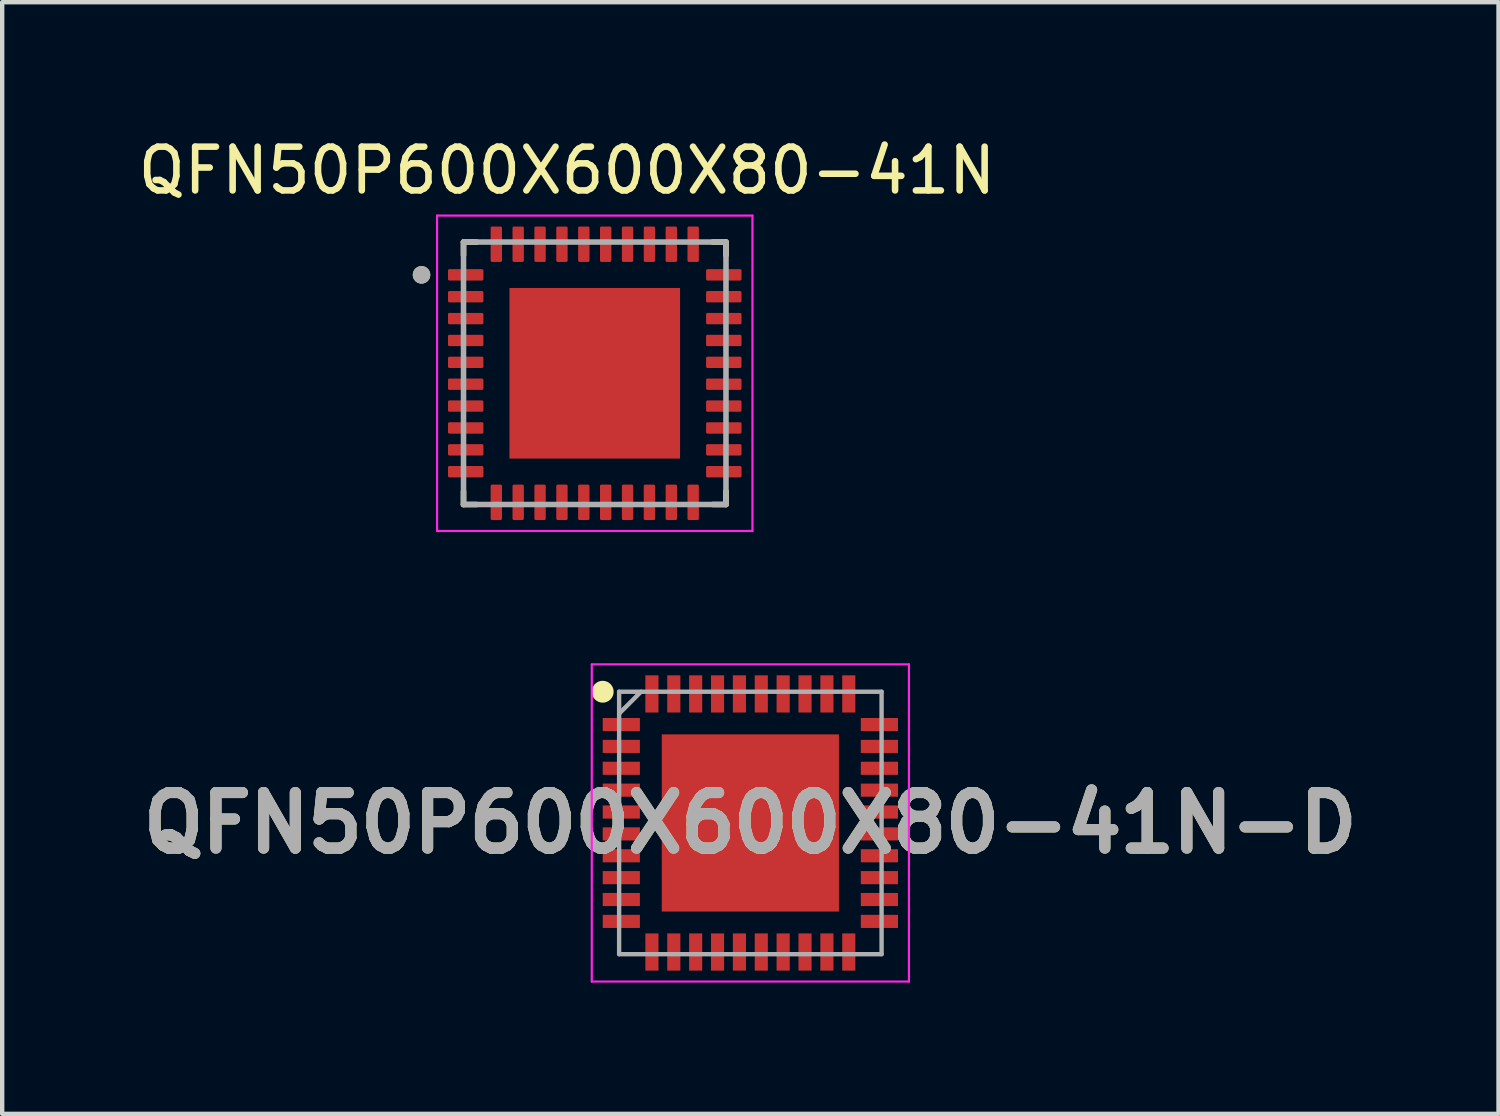
<source format=kicad_pcb>
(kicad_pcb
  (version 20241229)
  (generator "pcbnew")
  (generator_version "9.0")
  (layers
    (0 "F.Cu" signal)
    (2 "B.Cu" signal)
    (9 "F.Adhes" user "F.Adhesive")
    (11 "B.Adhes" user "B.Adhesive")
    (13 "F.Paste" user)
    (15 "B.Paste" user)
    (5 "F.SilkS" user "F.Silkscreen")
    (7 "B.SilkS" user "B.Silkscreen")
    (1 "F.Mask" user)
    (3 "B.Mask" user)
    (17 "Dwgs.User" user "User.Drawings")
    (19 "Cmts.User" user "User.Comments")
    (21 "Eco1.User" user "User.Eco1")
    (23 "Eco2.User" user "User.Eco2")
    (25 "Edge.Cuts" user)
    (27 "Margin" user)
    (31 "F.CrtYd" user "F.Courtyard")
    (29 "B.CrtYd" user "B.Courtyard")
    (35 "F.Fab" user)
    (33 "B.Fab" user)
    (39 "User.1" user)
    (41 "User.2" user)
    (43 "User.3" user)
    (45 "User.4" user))
  (footprint "QFN50P600X600X80-41N-D"
    (layer "F.Cu")
    (at 14.103 15.763)
    (property "Reference" "QFN50P600X600X80-41N-D" (at 0 0 0) (layer "F.SilkS") (effects (font (size 1.27 1.27) (thickness 0.254))))
    (attr smd)
    (fp_circle (center -3.375 -3) (end -3.375 -2.875) (stroke (width 0.25) (type solid)) (fill no) (layer "F.SilkS"))
    (fp_line (start -3.625 -3.625) (end 3.625 -3.625) (stroke (width 0.05) (type solid)) (layer "F.CrtYd"))
    (fp_line (start -3.625 3.625) (end -3.625 -3.625) (stroke (width 0.05) (type solid)) (layer "F.CrtYd"))
    (fp_line (start 3.625 -3.625) (end 3.625 3.625) (stroke (width 0.05) (type solid)) (layer "F.CrtYd"))
    (fp_line (start 3.625 3.625) (end -3.625 3.625) (stroke (width 0.05) (type solid)) (layer "F.CrtYd"))
    (fp_line (start -3 -3) (end 3 -3) (stroke (width 0.1) (type solid)) (layer "F.Fab"))
    (fp_line (start -3 -2.5) (end -2.5 -3) (stroke (width 0.1) (type solid)) (layer "F.Fab"))
    (fp_line (start -3 3) (end -3 -3) (stroke (width 0.1) (type solid)) (layer "F.Fab"))
    (fp_line (start 3 -3) (end 3 3) (stroke (width 0.1) (type solid)) (layer "F.Fab"))
    (fp_line (start 3 3) (end -3 3) (stroke (width 0.1) (type solid)) (layer "F.Fab"))
    (fp_text user "${REFERENCE}" (at 0 0 0) (layer "F.Fab") (effects (font (size 1.27 1.27) (thickness 0.254))))
    (pad "1" smd rect (at -2.95 -2.25 90) (size 0.3 0.85) (layers "F.Cu" "F.Mask" "F.Paste"))
    (pad "2" smd rect (at -2.95 -1.75 90) (size 0.3 0.85) (layers "F.Cu" "F.Mask" "F.Paste"))
    (pad "3" smd rect (at -2.95 -1.25 90) (size 0.3 0.85) (layers "F.Cu" "F.Mask" "F.Paste"))
    (pad "4" smd rect (at -2.95 -0.75 90) (size 0.3 0.85) (layers "F.Cu" "F.Mask" "F.Paste"))
    (pad "5" smd rect (at -2.95 -0.25 90) (size 0.3 0.85) (layers "F.Cu" "F.Mask" "F.Paste"))
    (pad "6" smd rect (at -2.95 0.25 90) (size 0.3 0.85) (layers "F.Cu" "F.Mask" "F.Paste"))
    (pad "7" smd rect (at -2.95 0.75 90) (size 0.3 0.85) (layers "F.Cu" "F.Mask" "F.Paste"))
    (pad "8" smd rect (at -2.95 1.25 90) (size 0.3 0.85) (layers "F.Cu" "F.Mask" "F.Paste"))
    (pad "9" smd rect (at -2.95 1.75 90) (size 0.3 0.85) (layers "F.Cu" "F.Mask" "F.Paste"))
    (pad "10" smd rect (at -2.95 2.25 90) (size 0.3 0.85) (layers "F.Cu" "F.Mask" "F.Paste"))
    (pad "11" smd rect (at -2.25 2.95) (size 0.3 0.85) (layers "F.Cu" "F.Mask" "F.Paste"))
    (pad "12" smd rect (at -1.75 2.95) (size 0.3 0.85) (layers "F.Cu" "F.Mask" "F.Paste"))
    (pad "13" smd rect (at -1.25 2.95) (size 0.3 0.85) (layers "F.Cu" "F.Mask" "F.Paste"))
    (pad "14" smd rect (at -0.75 2.95) (size 0.3 0.85) (layers "F.Cu" "F.Mask" "F.Paste"))
    (pad "15" smd rect (at -0.25 2.95) (size 0.3 0.85) (layers "F.Cu" "F.Mask" "F.Paste"))
    (pad "16" smd rect (at 0.25 2.95) (size 0.3 0.85) (layers "F.Cu" "F.Mask" "F.Paste"))
    (pad "17" smd rect (at 0.75 2.95) (size 0.3 0.85) (layers "F.Cu" "F.Mask" "F.Paste"))
    (pad "18" smd rect (at 1.25 2.95) (size 0.3 0.85) (layers "F.Cu" "F.Mask" "F.Paste"))
    (pad "19" smd rect (at 1.75 2.95) (size 0.3 0.85) (layers "F.Cu" "F.Mask" "F.Paste"))
    (pad "20" smd rect (at 2.25 2.95) (size 0.3 0.85) (layers "F.Cu" "F.Mask" "F.Paste"))
    (pad "21" smd rect (at 2.95 2.25 90) (size 0.3 0.85) (layers "F.Cu" "F.Mask" "F.Paste"))
    (pad "22" smd rect (at 2.95 1.75 90) (size 0.3 0.85) (layers "F.Cu" "F.Mask" "F.Paste"))
    (pad "23" smd rect (at 2.95 1.25 90) (size 0.3 0.85) (layers "F.Cu" "F.Mask" "F.Paste"))
    (pad "24" smd rect (at 2.95 0.75 90) (size 0.3 0.85) (layers "F.Cu" "F.Mask" "F.Paste"))
    (pad "25" smd rect (at 2.95 0.25 90) (size 0.3 0.85) (layers "F.Cu" "F.Mask" "F.Paste"))
    (pad "26" smd rect (at 2.95 -0.25 90) (size 0.3 0.85) (layers "F.Cu" "F.Mask" "F.Paste"))
    (pad "27" smd rect (at 2.95 -0.75 90) (size 0.3 0.85) (layers "F.Cu" "F.Mask" "F.Paste"))
    (pad "28" smd rect (at 2.95 -1.25 90) (size 0.3 0.85) (layers "F.Cu" "F.Mask" "F.Paste"))
    (pad "29" smd rect (at 2.95 -1.75 90) (size 0.3 0.85) (layers "F.Cu" "F.Mask" "F.Paste"))
    (pad "30" smd rect (at 2.95 -2.25 90) (size 0.3 0.85) (layers "F.Cu" "F.Mask" "F.Paste"))
    (pad "31" smd rect (at 2.25 -2.95) (size 0.3 0.85) (layers "F.Cu" "F.Mask" "F.Paste"))
    (pad "32" smd rect (at 1.75 -2.95) (size 0.3 0.85) (layers "F.Cu" "F.Mask" "F.Paste"))
    (pad "33" smd rect (at 1.25 -2.95) (size 0.3 0.85) (layers "F.Cu" "F.Mask" "F.Paste"))
    (pad "34" smd rect (at 0.75 -2.95) (size 0.3 0.85) (layers "F.Cu" "F.Mask" "F.Paste"))
    (pad "35" smd rect (at 0.25 -2.95) (size 0.3 0.85) (layers "F.Cu" "F.Mask" "F.Paste"))
    (pad "36" smd rect (at -0.25 -2.95) (size 0.3 0.85) (layers "F.Cu" "F.Mask" "F.Paste"))
    (pad "37" smd rect (at -0.75 -2.95) (size 0.3 0.85) (layers "F.Cu" "F.Mask" "F.Paste"))
    (pad "38" smd rect (at -1.25 -2.95) (size 0.3 0.85) (layers "F.Cu" "F.Mask" "F.Paste"))
    (pad "39" smd rect (at -1.75 -2.95) (size 0.3 0.85) (layers "F.Cu" "F.Mask" "F.Paste"))
    (pad "40" smd rect (at -2.25 -2.95) (size 0.3 0.85) (layers "F.Cu" "F.Mask" "F.Paste"))
    (pad "41" smd rect (at 0 0) (size 4.05 4.05) (layers "F.Cu" "F.Mask" "F.Paste")))
  (footprint "QFN50P600X600X80-41N"
    (layer "F.Cu")
    (at 10.546 5.483)
    (property "Reference" "QFN50P600X600X80-41N" (at -0.635 -4.635 0) (layer "F.SilkS") (effects (font (size 1 1) (thickness 0.15))))
    (attr smd)
    (fp_line (start -3 -3) (end -3 -2.7) (stroke (width 0.127) (type solid)) (layer "F.SilkS"))
    (fp_line (start -3 -3) (end -2.7 -3) (stroke (width 0.127) (type solid)) (layer "F.SilkS"))
    (fp_line (start -3 3) (end -3 2.7) (stroke (width 0.127) (type solid)) (layer "F.SilkS"))
    (fp_line (start -3 3) (end -2.7 3) (stroke (width 0.127) (type solid)) (layer "F.SilkS"))
    (fp_line (start 3 -3) (end 2.7 -3) (stroke (width 0.127) (type solid)) (layer "F.SilkS"))
    (fp_line (start 3 -3) (end 3 -2.7) (stroke (width 0.127) (type solid)) (layer "F.SilkS"))
    (fp_line (start 3 3) (end 2.7 3) (stroke (width 0.127) (type solid)) (layer "F.SilkS"))
    (fp_line (start 3 3) (end 3 2.7) (stroke (width 0.127) (type solid)) (layer "F.SilkS"))
    (fp_circle (center -3.96 -2.25) (end -3.86 -2.25) (stroke (width 0.2) (type solid)) (fill no) (layer "F.SilkS"))
    (fp_poly (pts (xy -1.23 -1.23) (xy 1.23 -1.23) (xy 1.23 1.23) (xy -1.23 1.23)) (stroke (width 0.01) (type solid)) (fill yes) (layer "F.Paste"))
    (fp_line (start -3.605 -3.605) (end 3.605 -3.605) (stroke (width 0.05) (type solid)) (layer "F.CrtYd"))
    (fp_line (start -3.605 3.605) (end -3.605 -3.605) (stroke (width 0.05) (type solid)) (layer "F.CrtYd"))
    (fp_line (start -3.605 3.605) (end 3.605 3.605) (stroke (width 0.05) (type solid)) (layer "F.CrtYd"))
    (fp_line (start 3.605 3.605) (end 3.605 -3.605) (stroke (width 0.05) (type solid)) (layer "F.CrtYd"))
    (fp_line (start -3 3) (end -3 -3) (stroke (width 0.127) (type solid)) (layer "F.Fab"))
    (fp_line (start 3 -3) (end -3 -3) (stroke (width 0.127) (type solid)) (layer "F.Fab"))
    (fp_line (start 3 3) (end -3 3) (stroke (width 0.127) (type solid)) (layer "F.Fab"))
    (fp_line (start 3 3) (end 3 -3) (stroke (width 0.127) (type solid)) (layer "F.Fab"))
    (fp_circle (center -3.96 -2.25) (end -3.86 -2.25) (stroke (width 0.2) (type solid)) (fill no) (layer "F.Fab"))
    (pad "1" smd roundrect (at -2.95 -2.25) (size 0.81 0.26) (layers "F.Cu" "F.Mask" "F.Paste") (roundrect_rratio 0.125))
    (pad "2" smd roundrect (at -2.95 -1.75) (size 0.81 0.26) (layers "F.Cu" "F.Mask" "F.Paste") (roundrect_rratio 0.125))
    (pad "3" smd roundrect (at -2.95 -1.25) (size 0.81 0.26) (layers "F.Cu" "F.Mask" "F.Paste") (roundrect_rratio 0.125))
    (pad "4" smd roundrect (at -2.95 -0.75) (size 0.81 0.26) (layers "F.Cu" "F.Mask" "F.Paste") (roundrect_rratio 0.125))
    (pad "5" smd roundrect (at -2.95 -0.25) (size 0.81 0.26) (layers "F.Cu" "F.Mask" "F.Paste") (roundrect_rratio 0.125))
    (pad "6" smd roundrect (at -2.95 0.25) (size 0.81 0.26) (layers "F.Cu" "F.Mask" "F.Paste") (roundrect_rratio 0.125))
    (pad "7" smd roundrect (at -2.95 0.75) (size 0.81 0.26) (layers "F.Cu" "F.Mask" "F.Paste") (roundrect_rratio 0.125))
    (pad "8" smd roundrect (at -2.95 1.25) (size 0.81 0.26) (layers "F.Cu" "F.Mask" "F.Paste") (roundrect_rratio 0.125))
    (pad "9" smd roundrect (at -2.95 1.75) (size 0.81 0.26) (layers "F.Cu" "F.Mask" "F.Paste") (roundrect_rratio 0.125))
    (pad "10" smd roundrect (at -2.95 2.25) (size 0.81 0.26) (layers "F.Cu" "F.Mask" "F.Paste") (roundrect_rratio 0.125))
    (pad "11" smd roundrect (at -2.25 2.95) (size 0.26 0.81) (layers "F.Cu" "F.Mask" "F.Paste") (roundrect_rratio 0.125))
    (pad "12" smd roundrect (at -1.75 2.95) (size 0.26 0.81) (layers "F.Cu" "F.Mask" "F.Paste") (roundrect_rratio 0.125))
    (pad "13" smd roundrect (at -1.25 2.95) (size 0.26 0.81) (layers "F.Cu" "F.Mask" "F.Paste") (roundrect_rratio 0.125))
    (pad "14" smd roundrect (at -0.75 2.95) (size 0.26 0.81) (layers "F.Cu" "F.Mask" "F.Paste") (roundrect_rratio 0.125))
    (pad "15" smd roundrect (at -0.25 2.95) (size 0.26 0.81) (layers "F.Cu" "F.Mask" "F.Paste") (roundrect_rratio 0.125))
    (pad "16" smd roundrect (at 0.25 2.95) (size 0.26 0.81) (layers "F.Cu" "F.Mask" "F.Paste") (roundrect_rratio 0.125))
    (pad "17" smd roundrect (at 0.75 2.95) (size 0.26 0.81) (layers "F.Cu" "F.Mask" "F.Paste") (roundrect_rratio 0.125))
    (pad "18" smd roundrect (at 1.25 2.95) (size 0.26 0.81) (layers "F.Cu" "F.Mask" "F.Paste") (roundrect_rratio 0.125))
    (pad "19" smd roundrect (at 1.75 2.95) (size 0.26 0.81) (layers "F.Cu" "F.Mask" "F.Paste") (roundrect_rratio 0.125))
    (pad "20" smd roundrect (at 2.25 2.95) (size 0.26 0.81) (layers "F.Cu" "F.Mask" "F.Paste") (roundrect_rratio 0.125))
    (pad "21" smd roundrect (at 2.95 2.25) (size 0.81 0.26) (layers "F.Cu" "F.Mask" "F.Paste") (roundrect_rratio 0.125))
    (pad "22" smd roundrect (at 2.95 1.75) (size 0.81 0.26) (layers "F.Cu" "F.Mask" "F.Paste") (roundrect_rratio 0.125))
    (pad "23" smd roundrect (at 2.95 1.25) (size 0.81 0.26) (layers "F.Cu" "F.Mask" "F.Paste") (roundrect_rratio 0.125))
    (pad "24" smd roundrect (at 2.95 0.75) (size 0.81 0.26) (layers "F.Cu" "F.Mask" "F.Paste") (roundrect_rratio 0.125))
    (pad "25" smd roundrect (at 2.95 0.25) (size 0.81 0.26) (layers "F.Cu" "F.Mask" "F.Paste") (roundrect_rratio 0.125))
    (pad "26" smd roundrect (at 2.95 -0.25) (size 0.81 0.26) (layers "F.Cu" "F.Mask" "F.Paste") (roundrect_rratio 0.125))
    (pad "27" smd roundrect (at 2.95 -0.75) (size 0.81 0.26) (layers "F.Cu" "F.Mask" "F.Paste") (roundrect_rratio 0.125))
    (pad "28" smd roundrect (at 2.95 -1.25) (size 0.81 0.26) (layers "F.Cu" "F.Mask" "F.Paste") (roundrect_rratio 0.125))
    (pad "29" smd roundrect (at 2.95 -1.75) (size 0.81 0.26) (layers "F.Cu" "F.Mask" "F.Paste") (roundrect_rratio 0.125))
    (pad "30" smd roundrect (at 2.95 -2.25) (size 0.81 0.26) (layers "F.Cu" "F.Mask" "F.Paste") (roundrect_rratio 0.125))
    (pad "31" smd roundrect (at 2.25 -2.95) (size 0.26 0.81) (layers "F.Cu" "F.Mask" "F.Paste") (roundrect_rratio 0.125))
    (pad "32" smd roundrect (at 1.75 -2.95) (size 0.26 0.81) (layers "F.Cu" "F.Mask" "F.Paste") (roundrect_rratio 0.125))
    (pad "33" smd roundrect (at 1.25 -2.95) (size 0.26 0.81) (layers "F.Cu" "F.Mask" "F.Paste") (roundrect_rratio 0.125))
    (pad "34" smd roundrect (at 0.75 -2.95) (size 0.26 0.81) (layers "F.Cu" "F.Mask" "F.Paste") (roundrect_rratio 0.125))
    (pad "35" smd roundrect (at 0.25 -2.95) (size 0.26 0.81) (layers "F.Cu" "F.Mask" "F.Paste") (roundrect_rratio 0.125))
    (pad "36" smd roundrect (at -0.25 -2.95) (size 0.26 0.81) (layers "F.Cu" "F.Mask" "F.Paste") (roundrect_rratio 0.125))
    (pad "37" smd roundrect (at -0.75 -2.95) (size 0.26 0.81) (layers "F.Cu" "F.Mask" "F.Paste") (roundrect_rratio 0.125))
    (pad "38" smd roundrect (at -1.25 -2.95) (size 0.26 0.81) (layers "F.Cu" "F.Mask" "F.Paste") (roundrect_rratio 0.125))
    (pad "39" smd roundrect (at -1.75 -2.95) (size 0.26 0.81) (layers "F.Cu" "F.Mask" "F.Paste") (roundrect_rratio 0.125))
    (pad "40" smd roundrect (at -2.25 -2.95) (size 0.26 0.81) (layers "F.Cu" "F.Mask" "F.Paste") (roundrect_rratio 0.125))
    (pad "41" smd rect (at 0 0) (size 3.9 3.9) (layers "F.Cu" "F.Mask")))
  (gr_rect
    (start -3 -3)
    (end 31.206 22.413)
    (stroke (width 0.1) (type default))
    (fill no)
    (layer "Edge.Cuts")))
</source>
